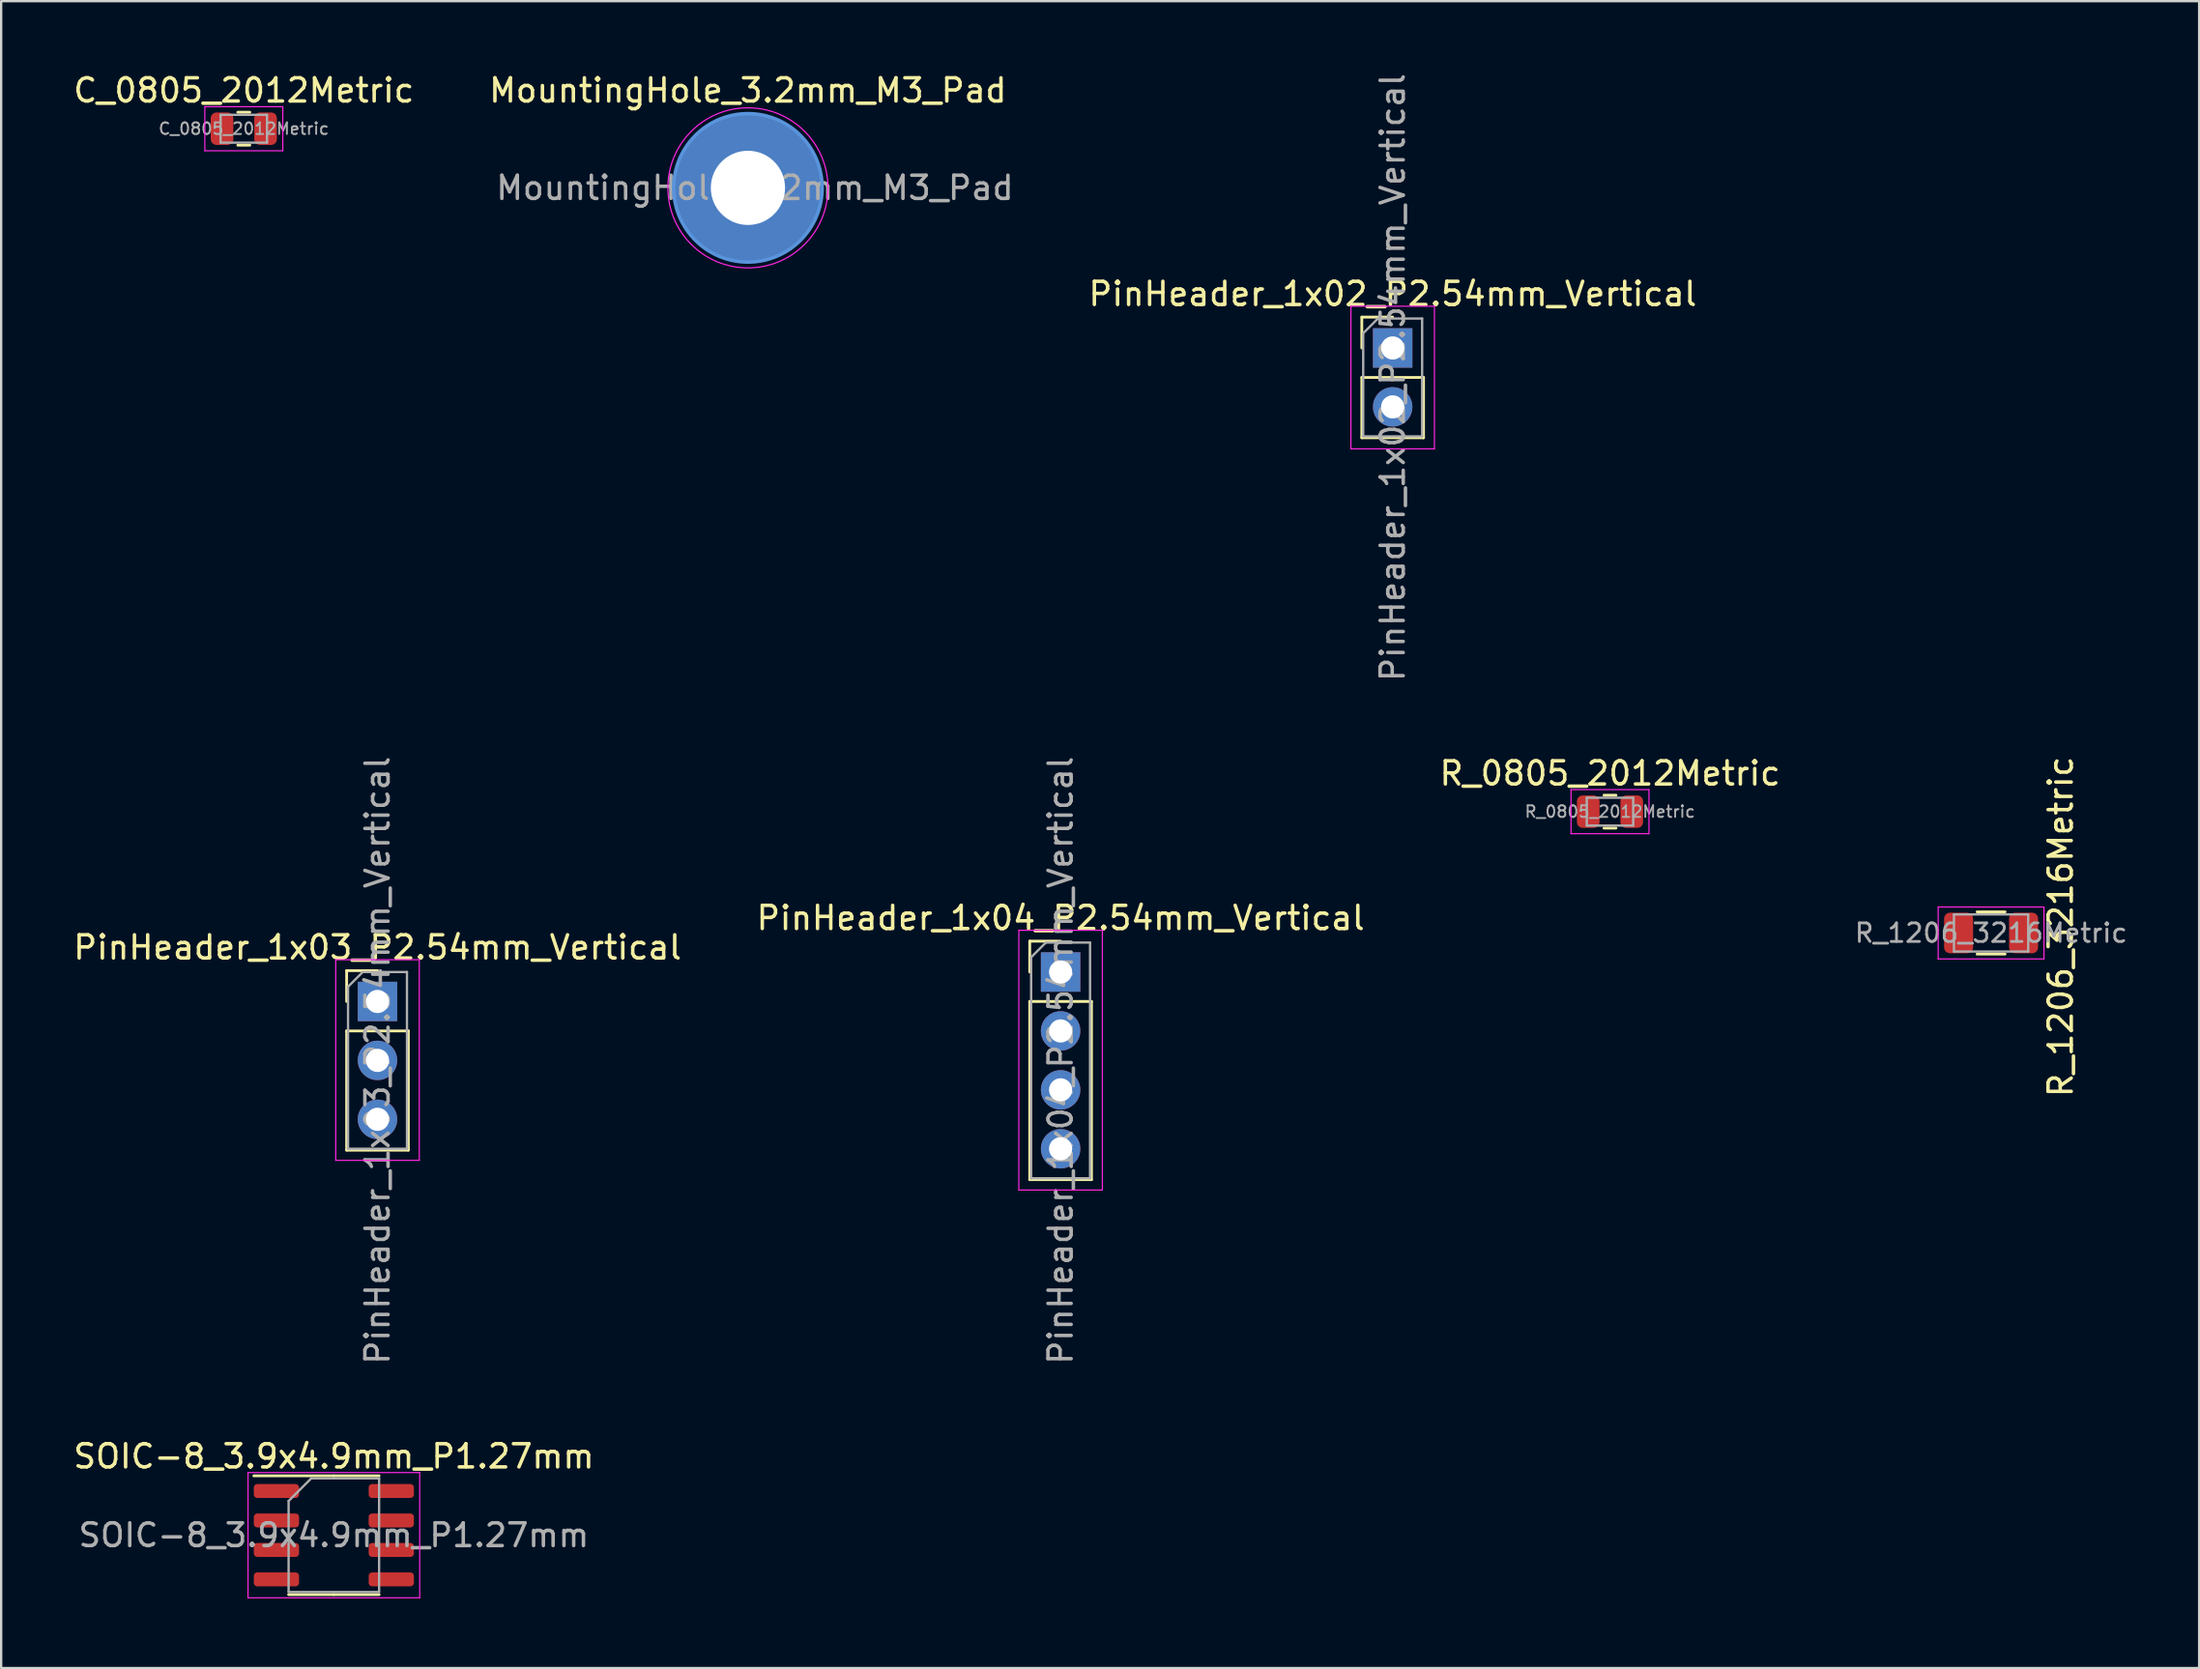
<source format=kicad_pcb>
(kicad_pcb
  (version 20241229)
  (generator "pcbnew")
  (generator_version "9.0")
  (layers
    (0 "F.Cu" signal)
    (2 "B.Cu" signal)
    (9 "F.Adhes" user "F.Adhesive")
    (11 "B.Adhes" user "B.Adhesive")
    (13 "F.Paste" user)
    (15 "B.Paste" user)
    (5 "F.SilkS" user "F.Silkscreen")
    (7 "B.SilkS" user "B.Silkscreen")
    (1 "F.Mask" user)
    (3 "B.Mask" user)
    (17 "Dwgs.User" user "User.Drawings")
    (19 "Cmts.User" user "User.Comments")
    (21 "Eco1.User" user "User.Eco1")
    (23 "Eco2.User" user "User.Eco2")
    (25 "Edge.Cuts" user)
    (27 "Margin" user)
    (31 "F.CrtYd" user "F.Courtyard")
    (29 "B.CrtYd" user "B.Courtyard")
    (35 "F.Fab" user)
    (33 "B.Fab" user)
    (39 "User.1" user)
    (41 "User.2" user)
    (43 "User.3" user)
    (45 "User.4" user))
  (footprint "PinHeader_1x03_P2.54mm_Vertical"
    (layer "F.Cu")
    (at 13.22 40.121)
    (property "Reference" "PinHeader_1x03_P2.54mm_Vertical" (at 0 -2.33 180) (layer "F.SilkS") (effects (font (size 1 1) (thickness 0.15))))
    (attr through_hole)
    (fp_line (start -1.33 -1.33) (end 0 -1.33) (stroke (width 0.12) (type solid)) (layer "F.SilkS"))
    (fp_line (start -1.33 0) (end -1.33 -1.33) (stroke (width 0.12) (type solid)) (layer "F.SilkS"))
    (fp_line (start -1.33 1.27) (end -1.33 6.41) (stroke (width 0.12) (type solid)) (layer "F.SilkS"))
    (fp_line (start -1.33 1.27) (end 1.33 1.27) (stroke (width 0.12) (type solid)) (layer "F.SilkS"))
    (fp_line (start -1.33 6.41) (end 1.33 6.41) (stroke (width 0.12) (type solid)) (layer "F.SilkS"))
    (fp_line (start 1.33 1.27) (end 1.33 6.41) (stroke (width 0.12) (type solid)) (layer "F.SilkS"))
    (fp_line (start -1.8 -1.8) (end -1.8 6.85) (stroke (width 0.05) (type solid)) (layer "F.CrtYd"))
    (fp_line (start -1.8 6.85) (end 1.8 6.85) (stroke (width 0.05) (type solid)) (layer "F.CrtYd"))
    (fp_line (start 1.8 -1.8) (end -1.8 -1.8) (stroke (width 0.05) (type solid)) (layer "F.CrtYd"))
    (fp_line (start 1.8 6.85) (end 1.8 -1.8) (stroke (width 0.05) (type solid)) (layer "F.CrtYd"))
    (fp_line (start -1.27 -0.635) (end -0.635 -1.27) (stroke (width 0.1) (type solid)) (layer "F.Fab"))
    (fp_line (start -1.27 6.35) (end -1.27 -0.635) (stroke (width 0.1) (type solid)) (layer "F.Fab"))
    (fp_line (start -0.635 -1.27) (end 1.27 -1.27) (stroke (width 0.1) (type solid)) (layer "F.Fab"))
    (fp_line (start 1.27 -1.27) (end 1.27 6.35) (stroke (width 0.1) (type solid)) (layer "F.Fab"))
    (fp_line (start 1.27 6.35) (end -1.27 6.35) (stroke (width 0.1) (type solid)) (layer "F.Fab"))
    (fp_text user "${REFERENCE}" (at 0 2.54 90) (layer "F.Fab") (effects (font (size 1 1) (thickness 0.15))))
    (pad "1" thru_hole rect (at 0 0) (size 1.7 1.7) (drill 1) (layers "*.Cu" "*.Mask"))
    (pad "2" thru_hole oval (at 0 2.54) (size 1.7 1.7) (drill 1) (layers "*.Cu" "*.Mask"))
    (pad "3" thru_hole oval (at 0 5.08) (size 1.7 1.7) (drill 1) (layers "*.Cu" "*.Mask")))
  (footprint "R_0805_2012Metric"
    (layer "F.Cu")
    (at 66.339 31.939)
    (property "Reference" "R_0805_2012Metric" (at 0 -1.65 0) (layer "F.SilkS") (effects (font (size 1 1) (thickness 0.15))))
    (attr smd)
    (fp_line (start -0.259 -0.71) (end 0.259 -0.71) (stroke (width 0.12) (type solid)) (layer "F.SilkS"))
    (fp_line (start -0.259 0.71) (end 0.259 0.71) (stroke (width 0.12) (type solid)) (layer "F.SilkS"))
    (fp_line (start -1.68 -0.95) (end 1.68 -0.95) (stroke (width 0.05) (type solid)) (layer "F.CrtYd"))
    (fp_line (start -1.68 0.95) (end -1.68 -0.95) (stroke (width 0.05) (type solid)) (layer "F.CrtYd"))
    (fp_line (start 1.68 -0.95) (end 1.68 0.95) (stroke (width 0.05) (type solid)) (layer "F.CrtYd"))
    (fp_line (start 1.68 0.95) (end -1.68 0.95) (stroke (width 0.05) (type solid)) (layer "F.CrtYd"))
    (fp_line (start -1 -0.6) (end 1 -0.6) (stroke (width 0.1) (type solid)) (layer "F.Fab"))
    (fp_line (start -1 0.6) (end -1 -0.6) (stroke (width 0.1) (type solid)) (layer "F.Fab"))
    (fp_line (start 1 -0.6) (end 1 0.6) (stroke (width 0.1) (type solid)) (layer "F.Fab"))
    (fp_line (start 1 0.6) (end -1 0.6) (stroke (width 0.1) (type solid)) (layer "F.Fab"))
    (fp_text user "${REFERENCE}" (at 0 0 0) (layer "F.Fab") (effects (font (size 0.5 0.5) (thickness 0.08))))
    (pad "1" smd roundrect (at -0.938 0) (size 0.975 1.4) (layers "F.Cu" "F.Mask" "F.Paste") (roundrect_rratio 0.25))
    (pad "2" smd roundrect (at 0.938 0) (size 0.975 1.4) (layers "F.Cu" "F.Mask" "F.Paste") (roundrect_rratio 0.25)))
  (footprint "MountingHole_3.2mm_M3_Pad"
    (layer "F.Cu")
    (at 29.185 5.048)
    (property "Reference" "MountingHole_3.2mm_M3_Pad" (at 0 -4.2 0) (layer "F.SilkS") (effects (font (size 1 1) (thickness 0.15))))
    (attr exclude_from_pos_files exclude_from_bom)
    (fp_circle (center 0 0) (end 3.2 0) (stroke (width 0.15) (type solid)) (fill no) (layer "Cmts.User"))
    (fp_circle (center 0 0) (end 3.45 0) (stroke (width 0.05) (type solid)) (fill no) (layer "F.CrtYd"))
    (fp_text user "${REFERENCE}" (at 0.3 0 0) (layer "F.Fab") (effects (font (size 1 1) (thickness 0.15))))
    (pad "1" thru_hole circle (at 0 0) (size 6.4 6.4) (drill 3.2) (layers "*.Cu" "*.Mask")))
  (footprint "PinHeader_1x02_P2.54mm_Vertical"
    (layer "F.Cu")
    (at 56.973 11.95)
    (property "Reference" "PinHeader_1x02_P2.54mm_Vertical" (at 0 -2.33 180) (layer "F.SilkS") (effects (font (size 1 1) (thickness 0.15))))
    (attr through_hole)
    (fp_line (start -1.33 -1.33) (end 0 -1.33) (stroke (width 0.12) (type solid)) (layer "F.SilkS"))
    (fp_line (start -1.33 0) (end -1.33 -1.33) (stroke (width 0.12) (type solid)) (layer "F.SilkS"))
    (fp_line (start -1.33 1.27) (end -1.33 3.87) (stroke (width 0.12) (type solid)) (layer "F.SilkS"))
    (fp_line (start -1.33 1.27) (end 1.33 1.27) (stroke (width 0.12) (type solid)) (layer "F.SilkS"))
    (fp_line (start -1.33 3.87) (end 1.33 3.87) (stroke (width 0.12) (type solid)) (layer "F.SilkS"))
    (fp_line (start 1.33 1.27) (end 1.33 3.87) (stroke (width 0.12) (type solid)) (layer "F.SilkS"))
    (fp_line (start -1.8 -1.8) (end -1.8 4.35) (stroke (width 0.05) (type solid)) (layer "F.CrtYd"))
    (fp_line (start -1.8 4.35) (end 1.8 4.35) (stroke (width 0.05) (type solid)) (layer "F.CrtYd"))
    (fp_line (start 1.8 -1.8) (end -1.8 -1.8) (stroke (width 0.05) (type solid)) (layer "F.CrtYd"))
    (fp_line (start 1.8 4.35) (end 1.8 -1.8) (stroke (width 0.05) (type solid)) (layer "F.CrtYd"))
    (fp_line (start -1.27 -0.635) (end -0.635 -1.27) (stroke (width 0.1) (type solid)) (layer "F.Fab"))
    (fp_line (start -1.27 3.81) (end -1.27 -0.635) (stroke (width 0.1) (type solid)) (layer "F.Fab"))
    (fp_line (start -0.635 -1.27) (end 1.27 -1.27) (stroke (width 0.1) (type solid)) (layer "F.Fab"))
    (fp_line (start 1.27 -1.27) (end 1.27 3.81) (stroke (width 0.1) (type solid)) (layer "F.Fab"))
    (fp_line (start 1.27 3.81) (end -1.27 3.81) (stroke (width 0.1) (type solid)) (layer "F.Fab"))
    (fp_text user "${REFERENCE}" (at 0 1.27 270) (layer "F.Fab") (effects (font (size 1 1) (thickness 0.15))))
    (pad "1" thru_hole rect (at 0 0) (size 1.7 1.7) (drill 1) (layers "*.Cu" "*.Mask"))
    (pad "2" thru_hole oval (at 0 2.54) (size 1.7 1.7) (drill 1) (layers "*.Cu" "*.Mask")))
  (footprint "C_0805_2012Metric"
    (layer "F.Cu")
    (at 7.458 2.498)
    (property "Reference" "C_0805_2012Metric" (at 0 -1.65 180) (layer "F.SilkS") (effects (font (size 1 1) (thickness 0.15))))
    (attr smd)
    (fp_line (start -0.259 -0.71) (end 0.259 -0.71) (stroke (width 0.12) (type solid)) (layer "F.SilkS"))
    (fp_line (start -0.259 0.71) (end 0.259 0.71) (stroke (width 0.12) (type solid)) (layer "F.SilkS"))
    (fp_line (start -1.68 -0.95) (end 1.68 -0.95) (stroke (width 0.05) (type solid)) (layer "F.CrtYd"))
    (fp_line (start -1.68 0.95) (end -1.68 -0.95) (stroke (width 0.05) (type solid)) (layer "F.CrtYd"))
    (fp_line (start 1.68 -0.95) (end 1.68 0.95) (stroke (width 0.05) (type solid)) (layer "F.CrtYd"))
    (fp_line (start 1.68 0.95) (end -1.68 0.95) (stroke (width 0.05) (type solid)) (layer "F.CrtYd"))
    (fp_line (start -1 -0.6) (end 1 -0.6) (stroke (width 0.1) (type solid)) (layer "F.Fab"))
    (fp_line (start -1 0.6) (end -1 -0.6) (stroke (width 0.1) (type solid)) (layer "F.Fab"))
    (fp_line (start 1 -0.6) (end 1 0.6) (stroke (width 0.1) (type solid)) (layer "F.Fab"))
    (fp_line (start 1 0.6) (end -1 0.6) (stroke (width 0.1) (type solid)) (layer "F.Fab"))
    (fp_text user "${REFERENCE}" (at 0 0 180) (layer "F.Fab") (effects (font (size 0.5 0.5) (thickness 0.08))))
    (pad "1" smd roundrect (at -0.938 0) (size 0.975 1.4) (layers "F.Cu" "F.Mask" "F.Paste") (roundrect_rratio 0.25))
    (pad "2" smd roundrect (at 0.938 0) (size 0.975 1.4) (layers "F.Cu" "F.Mask" "F.Paste") (roundrect_rratio 0.25)))
  (footprint "PinHeader_1x04_P2.54mm_Vertical"
    (layer "F.Cu")
    (at 42.661 38.851)
    (property "Reference" "PinHeader_1x04_P2.54mm_Vertical" (at 0 -2.33 180) (layer "F.SilkS") (effects (font (size 1 1) (thickness 0.15))))
    (attr through_hole)
    (fp_line (start -1.33 -1.33) (end 0 -1.33) (stroke (width 0.12) (type solid)) (layer "F.SilkS"))
    (fp_line (start -1.33 0) (end -1.33 -1.33) (stroke (width 0.12) (type solid)) (layer "F.SilkS"))
    (fp_line (start -1.33 1.27) (end -1.33 8.95) (stroke (width 0.12) (type solid)) (layer "F.SilkS"))
    (fp_line (start -1.33 1.27) (end 1.33 1.27) (stroke (width 0.12) (type solid)) (layer "F.SilkS"))
    (fp_line (start -1.33 8.95) (end 1.33 8.95) (stroke (width 0.12) (type solid)) (layer "F.SilkS"))
    (fp_line (start 1.33 1.27) (end 1.33 8.95) (stroke (width 0.12) (type solid)) (layer "F.SilkS"))
    (fp_line (start -1.8 -1.8) (end -1.8 9.4) (stroke (width 0.05) (type solid)) (layer "F.CrtYd"))
    (fp_line (start -1.8 9.4) (end 1.8 9.4) (stroke (width 0.05) (type solid)) (layer "F.CrtYd"))
    (fp_line (start 1.8 -1.8) (end -1.8 -1.8) (stroke (width 0.05) (type solid)) (layer "F.CrtYd"))
    (fp_line (start 1.8 9.4) (end 1.8 -1.8) (stroke (width 0.05) (type solid)) (layer "F.CrtYd"))
    (fp_line (start -1.27 -0.635) (end -0.635 -1.27) (stroke (width 0.1) (type solid)) (layer "F.Fab"))
    (fp_line (start -1.27 8.89) (end -1.27 -0.635) (stroke (width 0.1) (type solid)) (layer "F.Fab"))
    (fp_line (start -0.635 -1.27) (end 1.27 -1.27) (stroke (width 0.1) (type solid)) (layer "F.Fab"))
    (fp_line (start 1.27 -1.27) (end 1.27 8.89) (stroke (width 0.1) (type solid)) (layer "F.Fab"))
    (fp_line (start 1.27 8.89) (end -1.27 8.89) (stroke (width 0.1) (type solid)) (layer "F.Fab"))
    (fp_text user "${REFERENCE}" (at 0 3.81 270) (layer "F.Fab") (effects (font (size 1 1) (thickness 0.15))))
    (pad "1" thru_hole rect (at 0 0) (size 1.7 1.7) (drill 1) (layers "*.Cu" "*.Mask"))
    (pad "2" thru_hole oval (at 0 2.54) (size 1.7 1.7) (drill 1) (layers "*.Cu" "*.Mask"))
    (pad "3" thru_hole oval (at 0 5.08) (size 1.7 1.7) (drill 1) (layers "*.Cu" "*.Mask"))
    (pad "4" thru_hole oval (at 0 7.62) (size 1.7 1.7) (drill 1) (layers "*.Cu" "*.Mask")))
  (footprint "R_1206_3216Metric"
    (layer "F.Cu")
    (at 82.764 37.169)
    (property "Reference" "R_1206_3216Metric" (at 3 -0.27 270) (layer "F.SilkS") (effects (font (size 1 1) (thickness 0.15))))
    (attr smd)
    (fp_line (start -0.602 -0.91) (end 0.602 -0.91) (stroke (width 0.12) (type solid)) (layer "F.SilkS"))
    (fp_line (start -0.602 0.91) (end 0.602 0.91) (stroke (width 0.12) (type solid)) (layer "F.SilkS"))
    (fp_line (start -2.28 -1.12) (end 2.28 -1.12) (stroke (width 0.05) (type solid)) (layer "F.CrtYd"))
    (fp_line (start -2.28 1.12) (end -2.28 -1.12) (stroke (width 0.05) (type solid)) (layer "F.CrtYd"))
    (fp_line (start 2.28 -1.12) (end 2.28 1.12) (stroke (width 0.05) (type solid)) (layer "F.CrtYd"))
    (fp_line (start 2.28 1.12) (end -2.28 1.12) (stroke (width 0.05) (type solid)) (layer "F.CrtYd"))
    (fp_line (start -1.6 -0.8) (end 1.6 -0.8) (stroke (width 0.1) (type solid)) (layer "F.Fab"))
    (fp_line (start -1.6 0.8) (end -1.6 -0.8) (stroke (width 0.1) (type solid)) (layer "F.Fab"))
    (fp_line (start 1.6 -0.8) (end 1.6 0.8) (stroke (width 0.1) (type solid)) (layer "F.Fab"))
    (fp_line (start 1.6 0.8) (end -1.6 0.8) (stroke (width 0.1) (type solid)) (layer "F.Fab"))
    (fp_text user "${REFERENCE}" (at 0 0 0) (layer "F.Fab") (effects (font (size 0.8 0.8) (thickness 0.12))))
    (pad "1" smd roundrect (at -1.4 0) (size 1.25 1.75) (layers "F.Cu" "F.Mask" "F.Paste") (roundrect_rratio 0.2))
    (pad "2" smd roundrect (at 1.4 0) (size 1.25 1.75) (layers "F.Cu" "F.Mask" "F.Paste") (roundrect_rratio 0.2)))
  (footprint "SOIC-8_3.9x4.9mm_P1.27mm"
    (layer "F.Cu")
    (at 11.339 63.129)
    (property "Reference" "SOIC-8_3.9x4.9mm_P1.27mm" (at 0 -3.4 180) (layer "F.SilkS") (effects (font (size 1 1) (thickness 0.15))))
    (attr smd)
    (fp_line (start 0 -2.56) (end -3.45 -2.56) (stroke (width 0.12) (type solid)) (layer "F.SilkS"))
    (fp_line (start 0 -2.56) (end 1.95 -2.56) (stroke (width 0.12) (type solid)) (layer "F.SilkS"))
    (fp_line (start 0 2.56) (end -1.95 2.56) (stroke (width 0.12) (type solid)) (layer "F.SilkS"))
    (fp_line (start 0 2.56) (end 1.95 2.56) (stroke (width 0.12) (type solid)) (layer "F.SilkS"))
    (fp_line (start -3.7 -2.7) (end -3.7 2.7) (stroke (width 0.05) (type solid)) (layer "F.CrtYd"))
    (fp_line (start -3.7 2.7) (end 3.7 2.7) (stroke (width 0.05) (type solid)) (layer "F.CrtYd"))
    (fp_line (start 3.7 -2.7) (end -3.7 -2.7) (stroke (width 0.05) (type solid)) (layer "F.CrtYd"))
    (fp_line (start 3.7 2.7) (end 3.7 -2.7) (stroke (width 0.05) (type solid)) (layer "F.CrtYd"))
    (fp_line (start -1.95 -1.475) (end -0.975 -2.45) (stroke (width 0.1) (type solid)) (layer "F.Fab"))
    (fp_line (start -1.95 2.45) (end -1.95 -1.475) (stroke (width 0.1) (type solid)) (layer "F.Fab"))
    (fp_line (start -0.975 -2.45) (end 1.95 -2.45) (stroke (width 0.1) (type solid)) (layer "F.Fab"))
    (fp_line (start 1.95 -2.45) (end 1.95 2.45) (stroke (width 0.1) (type solid)) (layer "F.Fab"))
    (fp_line (start 1.95 2.45) (end -1.95 2.45) (stroke (width 0.1) (type solid)) (layer "F.Fab"))
    (fp_text user "${REFERENCE}" (at 0 0 180) (layer "F.Fab") (effects (font (size 0.98 0.98) (thickness 0.15))))
    (pad "1" smd roundrect (at -2.475 -1.905) (size 1.95 0.6) (layers "F.Cu" "F.Mask" "F.Paste") (roundrect_rratio 0.25))
    (pad "2" smd roundrect (at -2.475 -0.635) (size 1.95 0.6) (layers "F.Cu" "F.Mask" "F.Paste") (roundrect_rratio 0.25))
    (pad "3" smd roundrect (at -2.475 0.635) (size 1.95 0.6) (layers "F.Cu" "F.Mask" "F.Paste") (roundrect_rratio 0.25))
    (pad "4" smd roundrect (at -2.475 1.905) (size 1.95 0.6) (layers "F.Cu" "F.Mask" "F.Paste") (roundrect_rratio 0.25))
    (pad "5" smd roundrect (at 2.475 1.905) (size 1.95 0.6) (layers "F.Cu" "F.Mask" "F.Paste") (roundrect_rratio 0.25))
    (pad "6" smd roundrect (at 2.475 0.635) (size 1.95 0.6) (layers "F.Cu" "F.Mask" "F.Paste") (roundrect_rratio 0.25))
    (pad "7" smd roundrect (at 2.475 -0.635) (size 1.95 0.6) (layers "F.Cu" "F.Mask" "F.Paste") (roundrect_rratio 0.25))
    (pad "8" smd roundrect (at 2.475 -1.905) (size 1.95 0.6) (layers "F.Cu" "F.Mask" "F.Paste") (roundrect_rratio 0.25)))
  (gr_rect
    (start -3 -3)
    (end 91.731 68.854)
    (stroke (width 0.1) (type default))
    (fill no)
    (layer "Edge.Cuts")))
</source>
